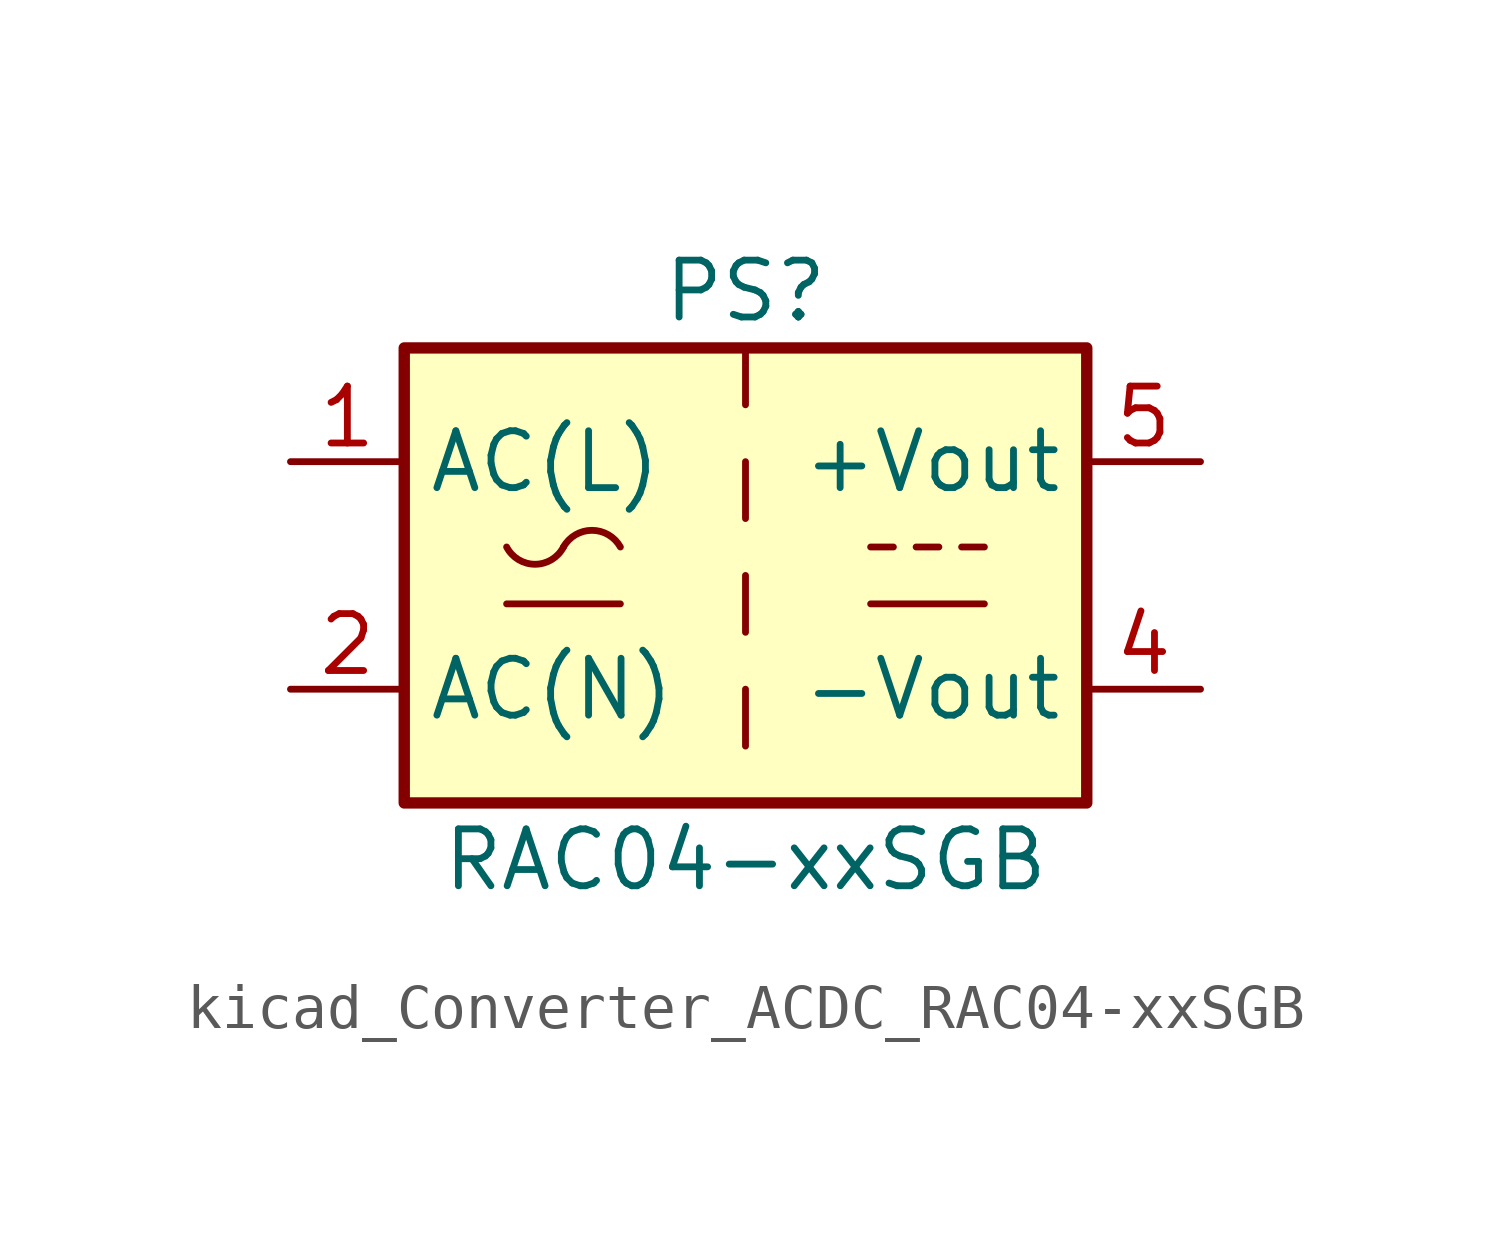
<source format=kicad_sym>
(kicad_symbol_lib
  (version 20220914)
  (generator kicad_symbol_editor)
  (symbol "kicad_Converter_ACDC_RAC04-xxSGB"
    (property "Reference" "PS"
      (at 0 6.35 0)
      (effects (font (size 1.27 1.27))))
    (property "Value" "RAC04-xxSGB"
      (at 0 -6.35 0)
      (effects (font (size 1.27 1.27))))
    (symbol "kicad_Converter_ACDC_RAC04-xxSGB_1_1"
      (rectangle (start -7.62 5.08) (end 7.62 -5.08) (stroke (width 0.254) (type default)) (fill (type background)))
      (arc (start -5.334 0.635) (mid -4.699 0.2495) (end -4.064 0.635) (stroke (width 0) (type default)) (fill (type none)))
      (arc (start -2.794 0.635) (mid -3.429 1.0072) (end -4.064 0.635) (stroke (width 0) (type default)) (fill (type none)))
      (polyline (pts (xy -5.334 -0.635) (xy -2.794 -0.635)) (stroke (width 0) (type default)) (fill (type none)))
      (polyline (pts (xy 0 -2.54) (xy 0 -3.81)) (stroke (width 0) (type default)) (fill (type none)))
      (polyline (pts (xy 0 0) (xy 0 -1.27)) (stroke (width 0) (type default)) (fill (type none)))
      (polyline (pts (xy 0 2.54) (xy 0 1.27)) (stroke (width 0) (type default)) (fill (type none)))
      (polyline (pts (xy 0 5.08) (xy 0 3.81)) (stroke (width 0) (type default)) (fill (type none)))
      (polyline (pts (xy 2.794 -0.635) (xy 5.334 -0.635)) (stroke (width 0) (type default)) (fill (type none)))
      (polyline (pts (xy 2.794 0.635) (xy 3.302 0.635)) (stroke (width 0) (type default)) (fill (type none)))
      (polyline (pts (xy 3.81 0.635) (xy 4.318 0.635)) (stroke (width 0) (type default)) (fill (type none)))
      (polyline (pts (xy 4.826 0.635) (xy 5.334 0.635)) (stroke (width 0) (type default)) (fill (type none)))
      (pin power_in line (at -10.16 2.54 0) (length 2.54) (name "AC(L)" (effects (font (size 1.27 1.27)))) (number "1" (effects (font (size 1.27 1.27)))))
      (pin power_in line (at -10.16 -2.54 0) (length 2.54) (name "AC(N)" (effects (font (size 1.27 1.27)))) (number "2" (effects (font (size 1.27 1.27)))))
      (pin no_connect line (at 7.62 0 180) (length 2.54) hide (name "NC" (effects (font (size 1.27 1.27)))) (number "3" (effects (font (size 1.27 1.27)))))
      (pin power_out line (at 10.16 -2.54 180) (length 2.54) (name "-Vout" (effects (font (size 1.27 1.27)))) (number "4" (effects (font (size 1.27 1.27)))))
      (pin power_out line (at 10.16 2.54 180) (length 2.54) (name "+Vout" (effects (font (size 1.27 1.27)))) (number "5" (effects (font (size 1.27 1.27))))))))
</source>
